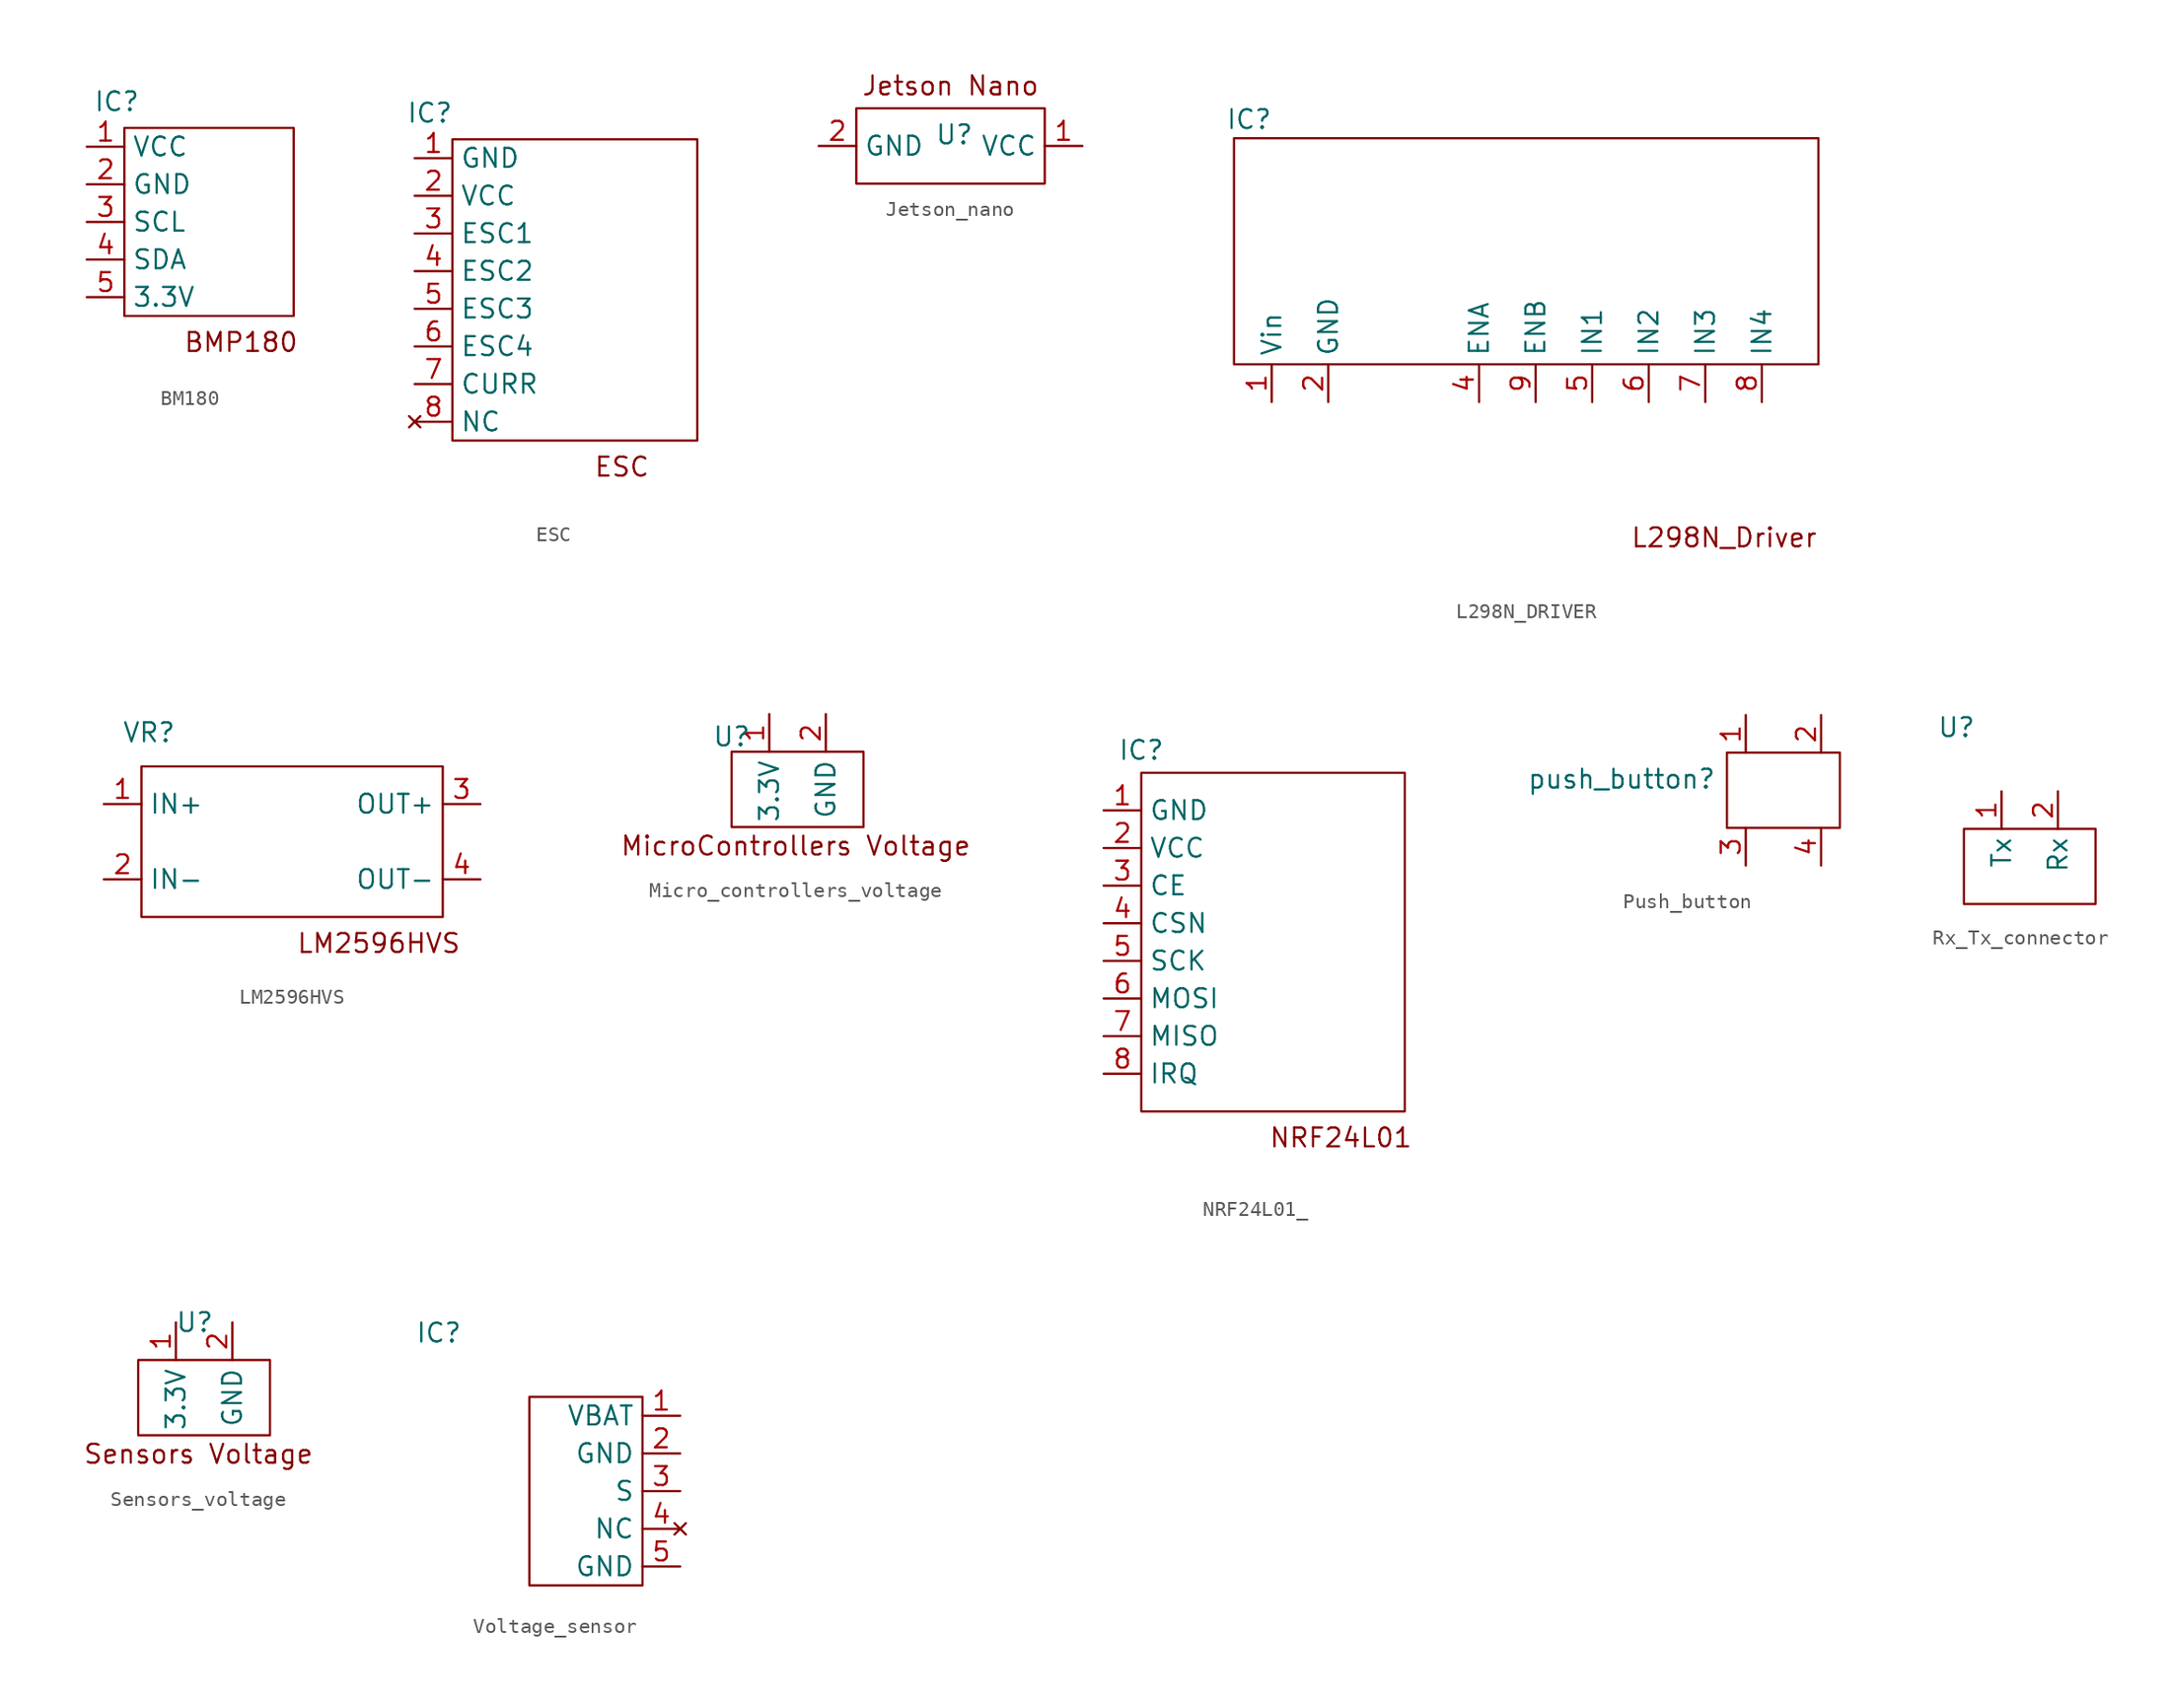
<source format=kicad_sym>
(kicad_symbol_lib
  (version 20231120)
  (generator "kicad_symbol_editor")
  (generator_version "8.0")
  (symbol "BM180"
    (property "Reference" "IC"
      (at -6.858 8.128 0)
      (effects (font (size 1.27 1.27))))
    (property "Value" ""
      (at -6.35 6.35 0)
      (effects (font (size 1.27 1.27))))
    (symbol "BM180_0_1"
      (rectangle (start -6.35 6.35) (end 5.08 -6.35) (stroke (width 0) (type default)) (fill (type none))))
    (symbol "BM180_1_1"
      (text "BMP180" (at 1.524 -8.128 0) (effects (font (size 1.27 1.27))))
      (pin input line (at -8.89 5.08 0) (length 2.54) (name "VCC" (effects (font (size 1.27 1.27)))) (number "1" (effects (font (size 1.27 1.27)))))
      (pin input line (at -8.89 2.54 0) (length 2.54) (name "GND" (effects (font (size 1.27 1.27)))) (number "2" (effects (font (size 1.27 1.27)))))
      (pin output line (at -8.89 0 0) (length 2.54) (name "SCL" (effects (font (size 1.27 1.27)))) (number "3" (effects (font (size 1.27 1.27)))))
      (pin output line (at -8.89 -2.54 0) (length 2.54) (name "SDA" (effects (font (size 1.27 1.27)))) (number "4" (effects (font (size 1.27 1.27)))))
      (pin output line (at -8.89 -5.08 0) (length 2.54) (name "3.3V" (effects (font (size 1.27 1.27)))) (number "5" (effects (font (size 1.27 1.27)))))))
  (symbol "ESC"
    (property "Reference" "IC"
      (at -10.414 10.668 0)
      (effects (font (size 1.27 1.27))))
    (property "Value" ""
      (at -11.43 7.62 0)
      (effects (font (size 1.27 1.27))))
    (symbol "ESC_0_1"
      (rectangle (start -8.89 8.89) (end 7.62 -11.43) (stroke (width 0) (type default)) (fill (type none))))
    (symbol "ESC_1_1"
      (text "ESC" (at 2.54 -13.208 0) (effects (font (size 1.27 1.27))))
      (pin input line (at -11.43 7.62 0) (length 2.54) (name "GND" (effects (font (size 1.27 1.27)))) (number "1" (effects (font (size 1.27 1.27)))))
      (pin input line (at -11.43 5.08 0) (length 2.54) (name "VCC" (effects (font (size 1.27 1.27)))) (number "2" (effects (font (size 1.27 1.27)))))
      (pin output line (at -11.43 2.54 0) (length 2.54) (name "ESC1" (effects (font (size 1.27 1.27)))) (number "3" (effects (font (size 1.27 1.27)))))
      (pin output line (at -11.43 0 0) (length 2.54) (name "ESC2" (effects (font (size 1.27 1.27)))) (number "4" (effects (font (size 1.27 1.27)))))
      (pin output line (at -11.43 -2.54 0) (length 2.54) (name "ESC3" (effects (font (size 1.27 1.27)))) (number "5" (effects (font (size 1.27 1.27)))))
      (pin output line (at -11.43 -5.08 0) (length 2.54) (name "ESC4" (effects (font (size 1.27 1.27)))) (number "6" (effects (font (size 1.27 1.27)))))
      (pin output line (at -11.43 -7.62 0) (length 2.54) (name "CURR" (effects (font (size 1.27 1.27)))) (number "7" (effects (font (size 1.27 1.27)))))
      (pin no_connect line (at -11.43 -10.16 0) (length 2.54) (name "NC" (effects (font (size 1.27 1.27)))) (number "8" (effects (font (size 1.27 1.27)))))))
  (symbol "Jetson_nano"
    (property "Reference" "U"
      (at -1.016 0.762 0)
      (effects (font (size 1.27 1.27))))
    (property "Value" ""
      (at 0 0 0)
      (effects (font (size 1.27 1.27))))
    (symbol "Jetson_nano_0_1"
      (rectangle (start -7.62 2.54) (end 5.08 -2.54) (stroke (width 0) (type default)) (fill (type none))))
    (symbol "Jetson_nano_1_1"
      (text "Jetson Nano\n" (at -1.27 4.064 0) (effects (font (size 1.27 1.27))))
      (pin output line (at 7.62 0 180) (length 2.54) (name "VCC" (effects (font (size 1.27 1.27)))) (number "1" (effects (font (size 1.27 1.27)))))
      (pin output line (at -10.16 0 0) (length 2.54) (name "GND" (effects (font (size 1.27 1.27)))) (number "2" (effects (font (size 1.27 1.27)))))))
  (symbol "L298N_DRIVER"
    (property "Reference" "IC"
      (at -19.304 11.43 0)
      (effects (font (size 1.27 1.27))))
    (property "Value" ""
      (at -15.24 -3.81 0)
      (effects (font (size 1.27 1.27))))
    (symbol "L298N_DRIVER_0_1"
      (rectangle (start -20.32 10.16) (end 19.05 -5.08) (stroke (width 0) (type default)) (fill (type none))))
    (symbol "L298N_DRIVER_1_1"
      (text "L298N_Driver\n" (at 12.7 -16.764 0) (effects (font (size 1.27 1.27))))
      (pin input line (at -17.78 -7.62 90) (length 2.54) (name "Vin" (effects (font (size 1.27 1.27)))) (number "1" (effects (font (size 1.27 1.27)))))
      (pin input line (at -13.97 -7.62 90) (length 2.54) (name "GND" (effects (font (size 1.27 1.27)))) (number "2" (effects (font (size 1.27 1.27)))))
      (pin output line (at -3.81 -7.62 90) (length 2.54) (name "ENA" (effects (font (size 1.27 1.27)))) (number "4" (effects (font (size 1.27 1.27)))))
      (pin output line (at 3.81 -7.62 90) (length 2.54) (name "IN1" (effects (font (size 1.27 1.27)))) (number "5" (effects (font (size 1.27 1.27)))))
      (pin output line (at 7.62 -7.62 90) (length 2.54) (name "IN2" (effects (font (size 1.27 1.27)))) (number "6" (effects (font (size 1.27 1.27)))))
      (pin output line (at 11.43 -7.62 90) (length 2.54) (name "IN3" (effects (font (size 1.27 1.27)))) (number "7" (effects (font (size 1.27 1.27)))))
      (pin output line (at 15.24 -7.62 90) (length 2.54) (name "IN4" (effects (font (size 1.27 1.27)))) (number "8" (effects (font (size 1.27 1.27)))))
      (pin output line (at 0 -7.62 90) (length 2.54) (name "ENB" (effects (font (size 1.27 1.27)))) (number "9" (effects (font (size 1.27 1.27)))))))
  (symbol "LM2596HVS"
    (property "Reference" "VR"
      (at -9.652 7.366 0)
      (effects (font (size 1.27 1.27))))
    (property "Value" ""
      (at -5.08 0 0)
      (effects (font (size 1.27 1.27))))
    (symbol "LM2596HVS_0_1"
      (rectangle (start -10.16 5.08) (end 10.16 -5.08) (stroke (width 0) (type default)) (fill (type none))))
    (symbol "LM2596HVS_1_1"
      (text "LM2596HVS\n" (at 5.842 -6.858 0) (effects (font (size 1.27 1.27))))
      (pin input line (at -12.7 2.54 0) (length 2.54) (name "IN+" (effects (font (size 1.27 1.27)))) (number "1" (effects (font (size 1.27 1.27)))))
      (pin input line (at -12.7 -2.54 0) (length 2.54) (name "IN-" (effects (font (size 1.27 1.27)))) (number "2" (effects (font (size 1.27 1.27)))))
      (pin output line (at 12.7 2.54 180) (length 2.54) (name "OUT+" (effects (font (size 1.27 1.27)))) (number "3" (effects (font (size 1.27 1.27)))))
      (pin output line (at 12.7 -2.54 180) (length 2.54) (name "OUT-" (effects (font (size 1.27 1.27)))) (number "4" (effects (font (size 1.27 1.27)))))))
  (symbol "Micro_controllers_voltage"
    (property "Reference" "U"
      (at -3.81 3.556 0)
      (effects (font (size 1.27 1.27))))
    (property "Value" ""
      (at 0 0 0)
      (effects (font (size 1.27 1.27))))
    (symbol "Micro_controllers_voltage_0_1"
      (rectangle (start 5.08 2.54) (end -3.81 -2.54) (stroke (width 0) (type default)) (fill (type none))))
    (symbol "Micro_controllers_voltage_1_1"
      (text "MicroControllers Voltage\n" (at 0.508 -3.81 0) (effects (font (size 1.27 1.27))))
      (pin input line (at -1.27 5.08 270) (length 2.54) (name "3.3V" (effects (font (size 1.27 1.27)))) (number "1" (effects (font (size 1.27 1.27)))))
      (pin input line (at 2.54 5.08 270) (length 2.54) (name "GND" (effects (font (size 1.27 1.27)))) (number "2" (effects (font (size 1.27 1.27)))))))
  (symbol "NRF24L01_"
    (property "Reference" "IC"
      (at -8.89 12.954 0)
      (effects (font (size 1.27 1.27))))
    (property "Value" ""
      (at -8.89 8.89 0)
      (effects (font (size 1.27 1.27))))
    (symbol "NRF24L01__0_1"
      (rectangle (start -8.89 11.43) (end 8.89 -11.43) (stroke (width 0) (type default)) (fill (type none))))
    (symbol "NRF24L01__1_1"
      (text "NRF24L01\n" (at 4.572 -13.208 0) (effects (font (size 1.27 1.27))))
      (pin input line (at -11.43 8.89 0) (length 2.54) (name "GND" (effects (font (size 1.27 1.27)))) (number "1" (effects (font (size 1.27 1.27)))))
      (pin input line (at -11.43 6.35 0) (length 2.54) (name "VCC" (effects (font (size 1.27 1.27)))) (number "2" (effects (font (size 1.27 1.27)))))
      (pin input line (at -11.43 3.81 0) (length 2.54) (name "CE" (effects (font (size 1.27 1.27)))) (number "3" (effects (font (size 1.27 1.27)))))
      (pin input line (at -11.43 1.27 0) (length 2.54) (name "CSN" (effects (font (size 1.27 1.27)))) (number "4" (effects (font (size 1.27 1.27)))))
      (pin input line (at -11.43 -1.27 0) (length 2.54) (name "SCK" (effects (font (size 1.27 1.27)))) (number "5" (effects (font (size 1.27 1.27)))))
      (pin input line (at -11.43 -3.81 0) (length 2.54) (name "MOSI" (effects (font (size 1.27 1.27)))) (number "6" (effects (font (size 1.27 1.27)))))
      (pin input line (at -11.43 -6.35 0) (length 2.54) (name "MISO" (effects (font (size 1.27 1.27)))) (number "7" (effects (font (size 1.27 1.27)))))
      (pin input line (at -11.43 -8.89 0) (length 2.54) (name "IRQ" (effects (font (size 1.27 1.27)))) (number "8" (effects (font (size 1.27 1.27)))))))
  (symbol "Push_button"
    (property "Reference" "push_button"
      (at -10.922 0.762 0)
      (effects (font (size 1.27 1.27))))
    (property "Value" ""
      (at 0 0 0)
      (effects (font (size 1.27 1.27))))
    (symbol "Push_button_0_1"
      (rectangle (start -3.81 2.54) (end 3.81 -2.54) (stroke (width 0) (type default)) (fill (type none))))
    (symbol "Push_button_1_1"
      (pin input line (at -2.54 5.08 270) (length 2.54) (name "" (effects (font (size 1.27 1.27)))) (number "1" (effects (font (size 1.27 1.27)))))
      (pin input line (at 2.54 5.08 270) (length 2.54) (name "" (effects (font (size 1.27 1.27)))) (number "2" (effects (font (size 1.27 1.27)))))
      (pin input line (at -2.54 -5.08 90) (length 2.54) (name "" (effects (font (size 1.27 1.27)))) (number "3" (effects (font (size 1.27 1.27)))))
      (pin input line (at 2.54 -5.08 90) (length 2.54) (name "" (effects (font (size 1.27 1.27)))) (number "4" (effects (font (size 1.27 1.27)))))))
  (symbol "Rx_Tx_connector"
    (property "Reference" "U"
      (at -4.318 6.858 0)
      (effects (font (size 1.27 1.27))))
    (property "Value" ""
      (at 0 1.27 0)
      (effects (font (size 1.27 1.27))))
    (symbol "Rx_Tx_connector_0_1"
      (rectangle (start 5.08 0) (end -3.81 -5.08) (stroke (width 0) (type default)) (fill (type none))))
    (symbol "Rx_Tx_connector_1_1"
      (pin input line (at -1.27 2.54 270) (length 2.54) (name "Tx" (effects (font (size 1.27 1.27)))) (number "1" (effects (font (size 1.27 1.27)))))
      (pin input line (at 2.54 2.54 270) (length 2.54) (name "Rx" (effects (font (size 1.27 1.27)))) (number "2" (effects (font (size 1.27 1.27)))))))
  (symbol "Sensors_voltage"
    (property "Reference" "U"
      (at 0 0 0)
      (effects (font (size 1.27 1.27))))
    (property "Value" ""
      (at 0 0 0)
      (effects (font (size 1.27 1.27))))
    (symbol "Sensors_voltage_0_1"
      (rectangle (start 5.08 -2.54) (end -3.81 -7.62) (stroke (width 0) (type default)) (fill (type none))))
    (symbol "Sensors_voltage_1_1"
      (text "Sensors Voltage\n" (at 0.254 -8.89 0) (effects (font (size 1.27 1.27))))
      (pin input line (at -1.27 0 270) (length 2.54) (name "3.3V" (effects (font (size 1.27 1.27)))) (number "1" (effects (font (size 1.27 1.27)))))
      (pin input line (at 2.54 0 270) (length 2.54) (name "GND" (effects (font (size 1.27 1.27)))) (number "2" (effects (font (size 1.27 1.27)))))))
  (symbol "Voltage_sensor"
    (property "Reference" "IC"
      (at -9.906 8.128 0)
      (effects (font (size 1.27 1.27))))
    (property "Value" ""
      (at 0 0 0)
      (effects (font (size 1.27 1.27))))
    (symbol "Voltage_sensor_0_1"
      (rectangle (start 3.81 -8.89) (end -3.81 3.81) (stroke (width 0) (type default)) (fill (type none))))
    (symbol "Voltage_sensor_1_1"
      (pin input line (at 6.35 2.54 180) (length 2.54) (name "VBAT" (effects (font (size 1.27 1.27)))) (number "1" (effects (font (size 1.27 1.27)))))
      (pin input line (at 6.35 0 180) (length 2.54) (name "GND" (effects (font (size 1.27 1.27)))) (number "2" (effects (font (size 1.27 1.27)))))
      (pin input line (at 6.35 -2.54 180) (length 2.54) (name "S" (effects (font (size 1.27 1.27)))) (number "3" (effects (font (size 1.27 1.27)))))
      (pin no_connect line (at 6.35 -5.08 180) (length 2.54) (name "NC" (effects (font (size 1.27 1.27)))) (number "4" (effects (font (size 1.27 1.27)))))
      (pin input line (at 6.35 -7.62 180) (length 2.54) (name "GND" (effects (font (size 1.27 1.27)))) (number "5" (effects (font (size 1.27 1.27))))))))
</source>
